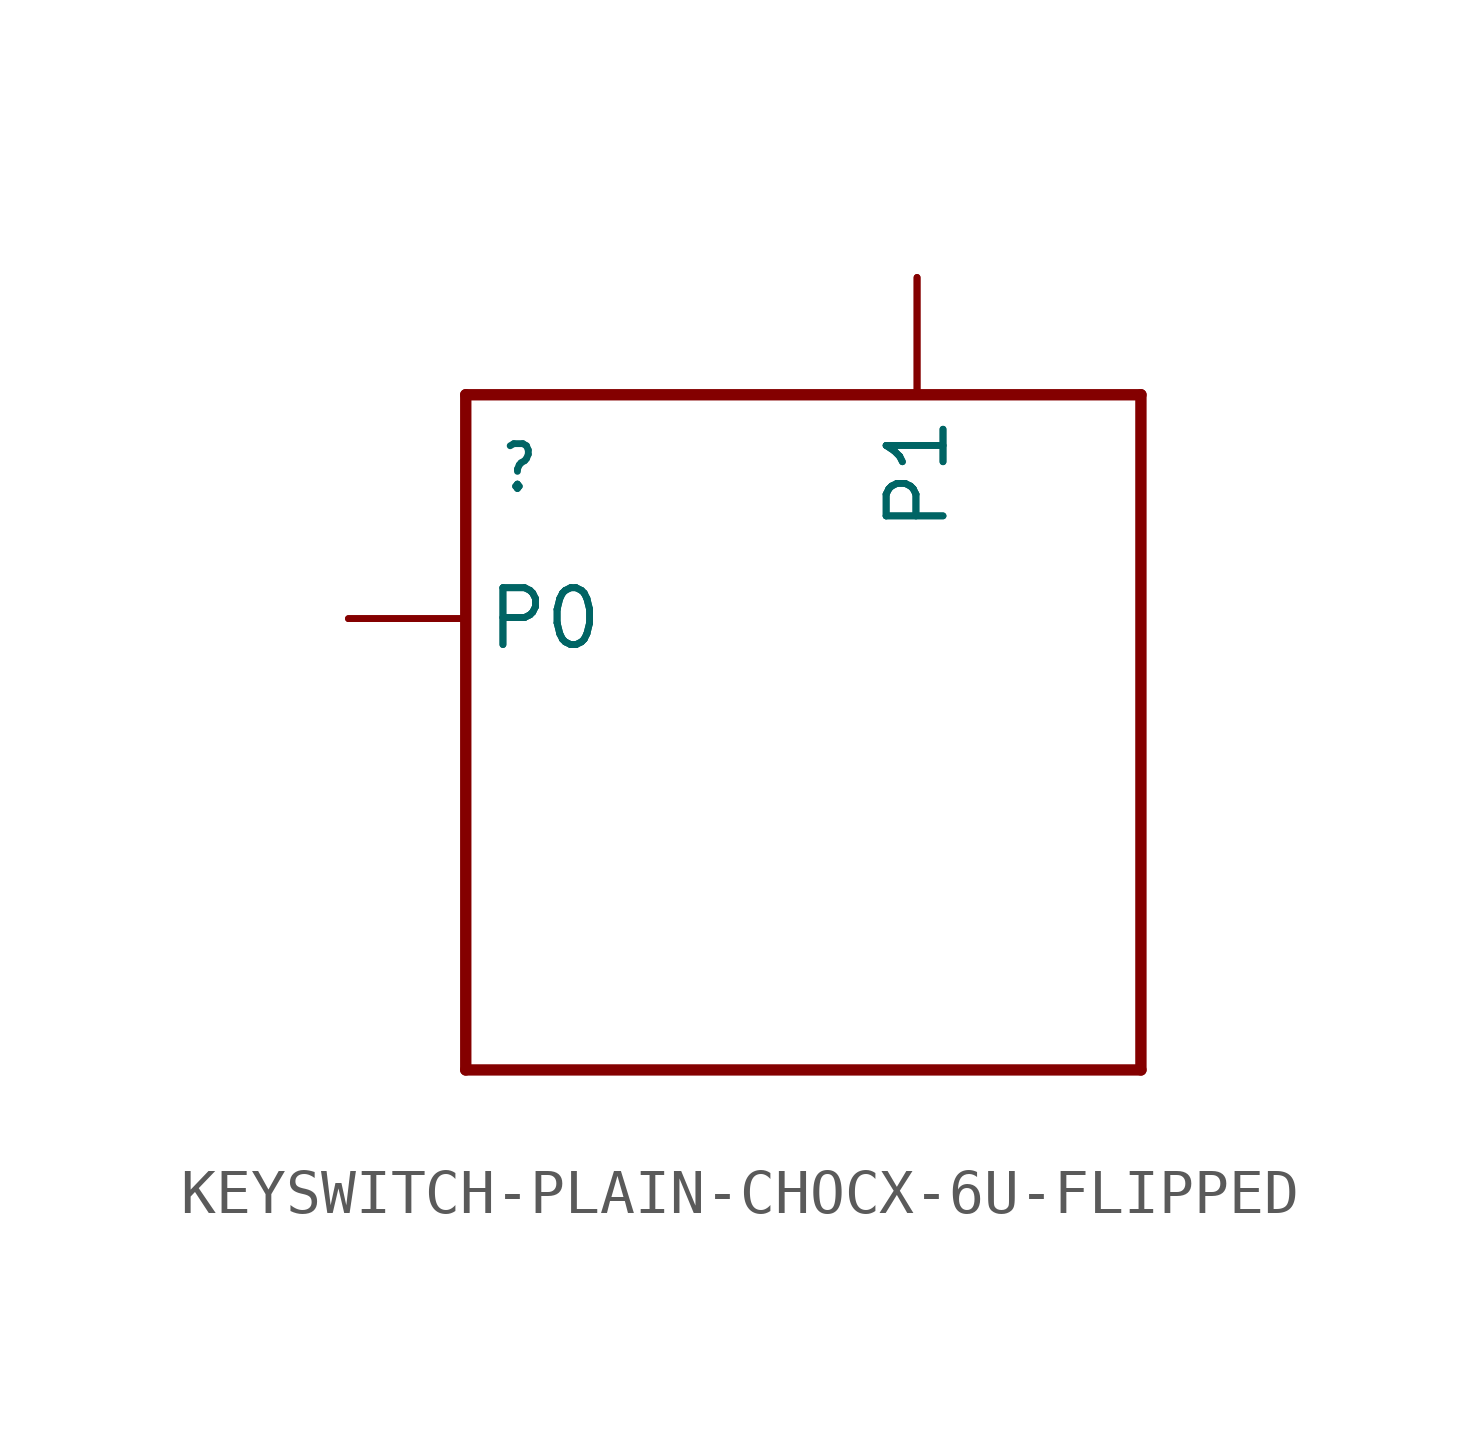
<source format=kicad_sym>
(kicad_symbol_lib
  (version 20211014)
  (generator kicad_symbol_editor)
  (symbol "KEYSWITCH-PLAIN-CHOCX-6U-FLIPPED"
    (property "Reference" ""
      (at -6.81 5.318 0)
      (effects (font (size 1 0.85)) (justify left bottom)))
    (property "ki_locked" ""
      (at 0 0 0)
      (effects (font (size 1.27 1.27))))
    (symbol "KEYSWITCH-PLAIN-CHOCX-6U-FLIPPED_1_0"
      (polyline (pts (xy -7.54 -7.54) (xy -7.54 7.54)) (stroke (width 0.254) (type default) (color 0 0 0 0)) (fill (type none)))
      (polyline (pts (xy -7.54 7.54) (xy 7.54 7.54)) (stroke (width 0.254) (type default) (color 0 0 0 0)) (fill (type none)))
      (polyline (pts (xy 7.54 -7.54) (xy -7.54 -7.54)) (stroke (width 0.254) (type default) (color 0 0 0 0)) (fill (type none)))
      (polyline (pts (xy 7.54 7.54) (xy 7.54 -7.54)) (stroke (width 0.254) (type default) (color 0 0 0 0)) (fill (type none)))
      (pin bidirectional line (at -10.16 2.54 0) (length 2.54) (name "P0" (effects (font (size 1.27 1.27)))) (number "CHOC1" (effects (font (size 0 0)))))
      (pin bidirectional line (at 2.54 10.16 270) (length 2.54) (name "P1" (effects (font (size 1.27 1.27)))) (number "CHOC2" (effects (font (size 0 0)))))
      (pin bidirectional line (at -10.16 2.54 0) (length 2.54) (name "P0" (effects (font (size 1.27 1.27)))) (number "X1" (effects (font (size 0 0)))))
      (pin bidirectional line (at 2.54 10.16 270) (length 2.54) (name "P1" (effects (font (size 1.27 1.27)))) (number "X2" (effects (font (size 0 0))))))))
</source>
